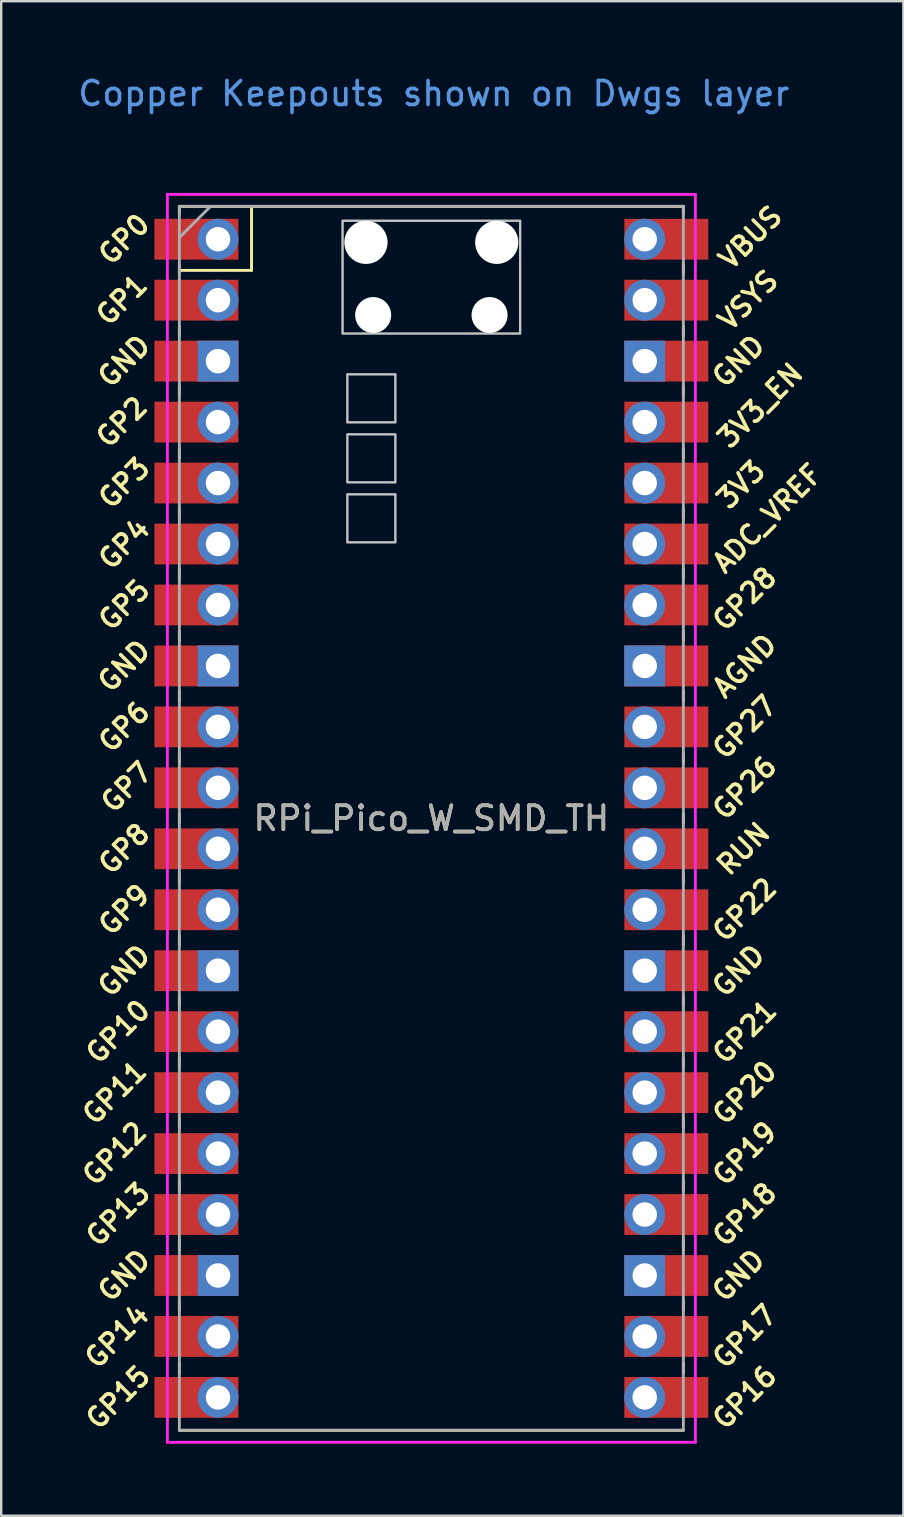
<source format=kicad_pcb>
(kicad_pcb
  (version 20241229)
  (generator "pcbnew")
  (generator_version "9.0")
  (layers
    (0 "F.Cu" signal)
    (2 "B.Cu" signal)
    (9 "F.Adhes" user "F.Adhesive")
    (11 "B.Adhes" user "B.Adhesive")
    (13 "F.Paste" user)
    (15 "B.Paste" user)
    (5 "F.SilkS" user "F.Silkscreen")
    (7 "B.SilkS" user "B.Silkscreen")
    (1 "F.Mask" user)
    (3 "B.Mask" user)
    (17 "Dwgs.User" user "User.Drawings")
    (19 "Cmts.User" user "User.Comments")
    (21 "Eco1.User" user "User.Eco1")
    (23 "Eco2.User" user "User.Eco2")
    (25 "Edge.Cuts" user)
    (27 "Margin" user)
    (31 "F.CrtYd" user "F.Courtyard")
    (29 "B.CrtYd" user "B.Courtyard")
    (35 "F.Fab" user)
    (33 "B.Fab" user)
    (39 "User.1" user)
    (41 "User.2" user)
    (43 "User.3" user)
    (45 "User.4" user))
  (footprint "RPi_Pico_W_SMD_TH"
    (layer "F.Cu")
    (at 14.924 31.048)
    (property "Reference" "RPi_Pico_W_SMD_TH" (at 0 0 0) (layer "F.SilkS") (effects (font (size 1 1) (thickness 0.15))))
    (attr through_hole)
    (fp_line (start -10.5 -25.5) (end -10.5 -25.2) (stroke (width 0.12) (type solid)) (layer "F.SilkS"))
    (fp_line (start -10.5 -25.5) (end 10.5 -25.5) (stroke (width 0.12) (type solid)) (layer "F.SilkS"))
    (fp_line (start -10.5 -23.1) (end -10.5 -22.7) (stroke (width 0.12) (type solid)) (layer "F.SilkS"))
    (fp_line (start -10.5 -22.833) (end -7.493 -22.833) (stroke (width 0.12) (type solid)) (layer "F.SilkS"))
    (fp_line (start -10.5 -20.5) (end -10.5 -20.1) (stroke (width 0.12) (type solid)) (layer "F.SilkS"))
    (fp_line (start -10.5 -18) (end -10.5 -17.6) (stroke (width 0.12) (type solid)) (layer "F.SilkS"))
    (fp_line (start -10.5 -15.4) (end -10.5 -15) (stroke (width 0.12) (type solid)) (layer "F.SilkS"))
    (fp_line (start -10.5 -12.9) (end -10.5 -12.5) (stroke (width 0.12) (type solid)) (layer "F.SilkS"))
    (fp_line (start -10.5 -10.4) (end -10.5 -10) (stroke (width 0.12) (type solid)) (layer "F.SilkS"))
    (fp_line (start -10.5 -7.8) (end -10.5 -7.4) (stroke (width 0.12) (type solid)) (layer "F.SilkS"))
    (fp_line (start -10.5 -5.3) (end -10.5 -4.9) (stroke (width 0.12) (type solid)) (layer "F.SilkS"))
    (fp_line (start -10.5 -2.7) (end -10.5 -2.3) (stroke (width 0.12) (type solid)) (layer "F.SilkS"))
    (fp_line (start -10.5 -0.2) (end -10.5 0.2) (stroke (width 0.12) (type solid)) (layer "F.SilkS"))
    (fp_line (start -10.5 2.3) (end -10.5 2.7) (stroke (width 0.12) (type solid)) (layer "F.SilkS"))
    (fp_line (start -10.5 4.9) (end -10.5 5.3) (stroke (width 0.12) (type solid)) (layer "F.SilkS"))
    (fp_line (start -10.5 7.4) (end -10.5 7.8) (stroke (width 0.12) (type solid)) (layer "F.SilkS"))
    (fp_line (start -10.5 10) (end -10.5 10.4) (stroke (width 0.12) (type solid)) (layer "F.SilkS"))
    (fp_line (start -10.5 12.5) (end -10.5 12.9) (stroke (width 0.12) (type solid)) (layer "F.SilkS"))
    (fp_line (start -10.5 15.1) (end -10.5 15.5) (stroke (width 0.12) (type solid)) (layer "F.SilkS"))
    (fp_line (start -10.5 17.6) (end -10.5 18) (stroke (width 0.12) (type solid)) (layer "F.SilkS"))
    (fp_line (start -10.5 20.1) (end -10.5 20.5) (stroke (width 0.12) (type solid)) (layer "F.SilkS"))
    (fp_line (start -10.5 22.7) (end -10.5 23.1) (stroke (width 0.12) (type solid)) (layer "F.SilkS"))
    (fp_line (start -7.493 -22.833) (end -7.493 -25.5) (stroke (width 0.12) (type solid)) (layer "F.SilkS"))
    (fp_line (start 10.5 -25.5) (end 10.5 -25.2) (stroke (width 0.12) (type solid)) (layer "F.SilkS"))
    (fp_line (start 10.5 -23.1) (end 10.5 -22.7) (stroke (width 0.12) (type solid)) (layer "F.SilkS"))
    (fp_line (start 10.5 -20.5) (end 10.5 -20.1) (stroke (width 0.12) (type solid)) (layer "F.SilkS"))
    (fp_line (start 10.5 -18) (end 10.5 -17.6) (stroke (width 0.12) (type solid)) (layer "F.SilkS"))
    (fp_line (start 10.5 -15.4) (end 10.5 -15) (stroke (width 0.12) (type solid)) (layer "F.SilkS"))
    (fp_line (start 10.5 -12.9) (end 10.5 -12.5) (stroke (width 0.12) (type solid)) (layer "F.SilkS"))
    (fp_line (start 10.5 -10.4) (end 10.5 -10) (stroke (width 0.12) (type solid)) (layer "F.SilkS"))
    (fp_line (start 10.5 -7.8) (end 10.5 -7.4) (stroke (width 0.12) (type solid)) (layer "F.SilkS"))
    (fp_line (start 10.5 -5.3) (end 10.5 -4.9) (stroke (width 0.12) (type solid)) (layer "F.SilkS"))
    (fp_line (start 10.5 -2.7) (end 10.5 -2.3) (stroke (width 0.12) (type solid)) (layer "F.SilkS"))
    (fp_line (start 10.5 -0.2) (end 10.5 0.2) (stroke (width 0.12) (type solid)) (layer "F.SilkS"))
    (fp_line (start 10.5 2.3) (end 10.5 2.7) (stroke (width 0.12) (type solid)) (layer "F.SilkS"))
    (fp_line (start 10.5 4.9) (end 10.5 5.3) (stroke (width 0.12) (type solid)) (layer "F.SilkS"))
    (fp_line (start 10.5 7.4) (end 10.5 7.8) (stroke (width 0.12) (type solid)) (layer "F.SilkS"))
    (fp_line (start 10.5 10) (end 10.5 10.4) (stroke (width 0.12) (type solid)) (layer "F.SilkS"))
    (fp_line (start 10.5 12.5) (end 10.5 12.9) (stroke (width 0.12) (type solid)) (layer "F.SilkS"))
    (fp_line (start 10.5 15.1) (end 10.5 15.5) (stroke (width 0.12) (type solid)) (layer "F.SilkS"))
    (fp_line (start 10.5 17.6) (end 10.5 18) (stroke (width 0.12) (type solid)) (layer "F.SilkS"))
    (fp_line (start 10.5 20.1) (end 10.5 20.5) (stroke (width 0.12) (type solid)) (layer "F.SilkS"))
    (fp_line (start 10.5 22.7) (end 10.5 23.1) (stroke (width 0.12) (type solid)) (layer "F.SilkS"))
    (fp_line (start 10.5 25.5) (end -10.5 25.5) (stroke (width 0.12) (type solid)) (layer "F.SilkS"))
    (fp_poly (pts (xy -1.5 -16.5) (xy -3.5 -16.5) (xy -3.5 -18.5) (xy -1.5 -18.5)) (stroke (width 0.1) (type solid)) (fill no) (layer "Dwgs.User"))
    (fp_poly (pts (xy -1.5 -14) (xy -3.5 -14) (xy -3.5 -16) (xy -1.5 -16)) (stroke (width 0.1) (type solid)) (fill no) (layer "Dwgs.User"))
    (fp_poly (pts (xy -1.5 -11.5) (xy -3.5 -11.5) (xy -3.5 -13.5) (xy -1.5 -13.5)) (stroke (width 0.1) (type solid)) (fill no) (layer "Dwgs.User"))
    (fp_poly (pts (xy 3.7 -20.2) (xy -3.7 -20.2) (xy -3.7 -24.9) (xy 3.7 -24.9)) (stroke (width 0.1) (type solid)) (fill no) (layer "Dwgs.User"))
    (fp_line (start -11 -26) (end 11 -26) (stroke (width 0.12) (type solid)) (layer "F.CrtYd"))
    (fp_line (start -11 26) (end -11 -26) (stroke (width 0.12) (type solid)) (layer "F.CrtYd"))
    (fp_line (start 11 -26) (end 11 26) (stroke (width 0.12) (type solid)) (layer "F.CrtYd"))
    (fp_line (start 11 26) (end -11 26) (stroke (width 0.12) (type solid)) (layer "F.CrtYd"))
    (fp_line (start -10.5 -25.5) (end 10.5 -25.5) (stroke (width 0.12) (type solid)) (layer "F.Fab"))
    (fp_line (start -10.5 -24.2) (end -9.2 -25.5) (stroke (width 0.12) (type solid)) (layer "F.Fab"))
    (fp_line (start -10.5 25.5) (end -10.5 -25.5) (stroke (width 0.12) (type solid)) (layer "F.Fab"))
    (fp_line (start 10.5 -25.5) (end 10.5 25.5) (stroke (width 0.12) (type solid)) (layer "F.Fab"))
    (fp_line (start 10.5 25.5) (end -10.5 25.5) (stroke (width 0.12) (type solid)) (layer "F.Fab"))
    (fp_text user "GND" (at 12.8 6.35 45) (layer "F.SilkS") (effects (font (size 0.8 0.8) (thickness 0.15))))
    (fp_text user "GP0" (at -12.8 -24.13 45) (layer "F.SilkS") (effects (font (size 0.8 0.8) (thickness 0.15))))
    (fp_text user "GP15" (at -13.054 24.13 45) (layer "F.SilkS") (effects (font (size 0.8 0.8) (thickness 0.15))))
    (fp_text user "GP12" (at -13.2 13.97 45) (layer "F.SilkS") (effects (font (size 0.8 0.8) (thickness 0.15))))
    (fp_text user "GND" (at -12.8 -19.05 45) (layer "F.SilkS") (effects (font (size 0.8 0.8) (thickness 0.15))))
    (fp_text user "GP13" (at -13.054 16.51 45) (layer "F.SilkS") (effects (font (size 0.8 0.8) (thickness 0.15))))
    (fp_text user "3V3" (at 12.9 -13.9 45) (layer "F.SilkS") (effects (font (size 0.8 0.8) (thickness 0.15))))
    (fp_text user "GND" (at 12.8 19.05 45) (layer "F.SilkS") (effects (font (size 0.8 0.8) (thickness 0.15))))
    (fp_text user "GND" (at -12.8 -6.35 45) (layer "F.SilkS") (effects (font (size 0.8 0.8) (thickness 0.15))))
    (fp_text user "GP7" (at -12.7 -1.3 45) (layer "F.SilkS") (effects (font (size 0.8 0.8) (thickness 0.15))))
    (fp_text user "GP4" (at -12.8 -11.43 45) (layer "F.SilkS") (effects (font (size 0.8 0.8) (thickness 0.15))))
    (fp_text user "RUN" (at 13 1.27 45) (layer "F.SilkS") (effects (font (size 0.8 0.8) (thickness 0.15))))
    (fp_text user "VSYS" (at 13.2 -21.59 45) (layer "F.SilkS") (effects (font (size 0.8 0.8) (thickness 0.15))))
    (fp_text user "GP18" (at 13.054 16.51 45) (layer "F.SilkS") (effects (font (size 0.8 0.8) (thickness 0.15))))
    (fp_text user "GP28" (at 13.054 -9.144 45) (layer "F.SilkS") (effects (font (size 0.8 0.8) (thickness 0.15))))
    (fp_text user "GP9" (at -12.8 3.81 45) (layer "F.SilkS") (effects (font (size 0.8 0.8) (thickness 0.15))))
    (fp_text user "VBUS" (at 13.3 -24.2 45) (layer "F.SilkS") (effects (font (size 0.8 0.8) (thickness 0.15))))
    (fp_text user "GP2" (at -12.9 -16.51 45) (layer "F.SilkS") (effects (font (size 0.8 0.8) (thickness 0.15))))
    (fp_text user "GP5" (at -12.8 -8.89 45) (layer "F.SilkS") (effects (font (size 0.8 0.8) (thickness 0.15))))
    (fp_text user "GP1" (at -12.9 -21.6 45) (layer "F.SilkS") (effects (font (size 0.8 0.8) (thickness 0.15))))
    (fp_text user "GP11" (at -13.2 11.43 45) (layer "F.SilkS") (effects (font (size 0.8 0.8) (thickness 0.15))))
    (fp_text user "GP14" (at -13.1 21.59 45) (layer "F.SilkS") (effects (font (size 0.8 0.8) (thickness 0.15))))
    (fp_text user "GP21" (at 13.054 8.9 45) (layer "F.SilkS") (effects (font (size 0.8 0.8) (thickness 0.15))))
    (fp_text user "GP16" (at 13.054 24.13 45) (layer "F.SilkS") (effects (font (size 0.8 0.8) (thickness 0.15))))
    (fp_text user "GP10" (at -13.054 8.89 45) (layer "F.SilkS") (effects (font (size 0.8 0.8) (thickness 0.15))))
    (fp_text user "GND" (at -12.8 6.35 45) (layer "F.SilkS") (effects (font (size 0.8 0.8) (thickness 0.15))))
    (fp_text user "AGND" (at 13.054 -6.35 45) (layer "F.SilkS") (effects (font (size 0.8 0.8) (thickness 0.15))))
    (fp_text user "GP8" (at -12.8 1.27 45) (layer "F.SilkS") (effects (font (size 0.8 0.8) (thickness 0.15))))
    (fp_text user "GND" (at 12.8 -19.05 45) (layer "F.SilkS") (effects (font (size 0.8 0.8) (thickness 0.15))))
    (fp_text user "GP17" (at 13.054 21.59 45) (layer "F.SilkS") (effects (font (size 0.8 0.8) (thickness 0.15))))
    (fp_text user "GP20" (at 13.054 11.43 45) (layer "F.SilkS") (effects (font (size 0.8 0.8) (thickness 0.15))))
    (fp_text user "3V3_EN" (at 13.7 -17.2 45) (layer "F.SilkS") (effects (font (size 0.8 0.8) (thickness 0.15))))
    (fp_text user "GP22" (at 13.054 3.81 45) (layer "F.SilkS") (effects (font (size 0.8 0.8) (thickness 0.15))))
    (fp_text user "GND" (at -12.8 19.05 45) (layer "F.SilkS") (effects (font (size 0.8 0.8) (thickness 0.15))))
    (fp_text user "GP3" (at -12.8 -13.97 45) (layer "F.SilkS") (effects (font (size 0.8 0.8) (thickness 0.15))))
    (fp_text user "ADC_VREF" (at 14 -12.5 45) (layer "F.SilkS") (effects (font (size 0.8 0.8) (thickness 0.15))))
    (fp_text user "GP6" (at -12.8 -3.81 45) (layer "F.SilkS") (effects (font (size 0.8 0.8) (thickness 0.15))))
    (fp_text user "GP26" (at 13.054 -1.27 45) (layer "F.SilkS") (effects (font (size 0.8 0.8) (thickness 0.15))))
    (fp_text user "GP27" (at 13.054 -3.8 45) (layer "F.SilkS") (effects (font (size 0.8 0.8) (thickness 0.15))))
    (fp_text user "GP19" (at 13.054 13.97 45) (layer "F.SilkS") (effects (font (size 0.8 0.8) (thickness 0.15))))
    (fp_text user "Copper Keepouts shown on Dwgs layer" (at 0.1 -30.2 0) (layer "Cmts.User") (effects (font (size 1 1) (thickness 0.15))))
    (fp_text user "${REFERENCE}" (at 0 0 180) (layer "F.Fab") (effects (font (size 1 1) (thickness 0.15))))
    (pad "" np_thru_hole oval (at -2.725 -24) (size 1.8 1.8) (drill 1.8) (layers "*.Cu" "*.Mask"))
    (pad "" np_thru_hole oval (at -2.425 -20.97) (size 1.5 1.5) (drill 1.5) (layers "*.Cu" "*.Mask"))
    (pad "" np_thru_hole oval (at 2.425 -20.97) (size 1.5 1.5) (drill 1.5) (layers "*.Cu" "*.Mask"))
    (pad "" np_thru_hole oval (at 2.725 -24) (size 1.8 1.8) (drill 1.8) (layers "*.Cu" "*.Mask"))
    (pad "1" thru_hole oval (at -8.89 -24.13) (size 1.7 1.7) (drill 1.02) (layers "*.Cu" "*.Mask"))
    (pad "1" smd rect (at -8.89 -24.13) (size 3.5 1.7) (drill (offset -0.9 0)) (layers "F.Cu" "F.Mask"))
    (pad "2" thru_hole oval (at -8.89 -21.59) (size 1.7 1.7) (drill 1.02) (layers "*.Cu" "*.Mask"))
    (pad "2" smd rect (at -8.89 -21.59) (size 3.5 1.7) (drill (offset -0.9 0)) (layers "F.Cu" "F.Mask"))
    (pad "3" thru_hole rect (at -8.89 -19.05) (size 1.7 1.7) (drill 1.02) (layers "*.Cu" "*.Mask"))
    (pad "3" smd rect (at -8.89 -19.05) (size 3.5 1.7) (drill (offset -0.9 0)) (layers "F.Cu" "F.Mask"))
    (pad "4" thru_hole oval (at -8.89 -16.51) (size 1.7 1.7) (drill 1.02) (layers "*.Cu" "*.Mask"))
    (pad "4" smd rect (at -8.89 -16.51) (size 3.5 1.7) (drill (offset -0.9 0)) (layers "F.Cu" "F.Mask"))
    (pad "5" thru_hole oval (at -8.89 -13.97) (size 1.7 1.7) (drill 1.02) (layers "*.Cu" "*.Mask"))
    (pad "5" smd rect (at -8.89 -13.97) (size 3.5 1.7) (drill (offset -0.9 0)) (layers "F.Cu" "F.Mask"))
    (pad "6" thru_hole oval (at -8.89 -11.43) (size 1.7 1.7) (drill 1.02) (layers "*.Cu" "*.Mask"))
    (pad "6" smd rect (at -8.89 -11.43) (size 3.5 1.7) (drill (offset -0.9 0)) (layers "F.Cu" "F.Mask"))
    (pad "7" thru_hole oval (at -8.89 -8.89) (size 1.7 1.7) (drill 1.02) (layers "*.Cu" "*.Mask"))
    (pad "7" smd rect (at -8.89 -8.89) (size 3.5 1.7) (drill (offset -0.9 0)) (layers "F.Cu" "F.Mask"))
    (pad "8" thru_hole rect (at -8.89 -6.35) (size 1.7 1.7) (drill 1.02) (layers "*.Cu" "*.Mask"))
    (pad "8" smd rect (at -8.89 -6.35) (size 3.5 1.7) (drill (offset -0.9 0)) (layers "F.Cu" "F.Mask"))
    (pad "9" thru_hole oval (at -8.89 -3.81) (size 1.7 1.7) (drill 1.02) (layers "*.Cu" "*.Mask"))
    (pad "9" smd rect (at -8.89 -3.81) (size 3.5 1.7) (drill (offset -0.9 0)) (layers "F.Cu" "F.Mask"))
    (pad "10" thru_hole oval (at -8.89 -1.27) (size 1.7 1.7) (drill 1.02) (layers "*.Cu" "*.Mask"))
    (pad "10" smd rect (at -8.89 -1.27) (size 3.5 1.7) (drill (offset -0.9 0)) (layers "F.Cu" "F.Mask"))
    (pad "11" thru_hole oval (at -8.89 1.27) (size 1.7 1.7) (drill 1.02) (layers "*.Cu" "*.Mask"))
    (pad "11" smd rect (at -8.89 1.27) (size 3.5 1.7) (drill (offset -0.9 0)) (layers "F.Cu" "F.Mask"))
    (pad "12" thru_hole oval (at -8.89 3.81) (size 1.7 1.7) (drill 1.02) (layers "*.Cu" "*.Mask"))
    (pad "12" smd rect (at -8.89 3.81) (size 3.5 1.7) (drill (offset -0.9 0)) (layers "F.Cu" "F.Mask"))
    (pad "13" thru_hole rect (at -8.89 6.35) (size 1.7 1.7) (drill 1.02) (layers "*.Cu" "*.Mask"))
    (pad "13" smd rect (at -8.89 6.35) (size 3.5 1.7) (drill (offset -0.9 0)) (layers "F.Cu" "F.Mask"))
    (pad "14" thru_hole oval (at -8.89 8.89) (size 1.7 1.7) (drill 1.02) (layers "*.Cu" "*.Mask"))
    (pad "14" smd rect (at -8.89 8.89) (size 3.5 1.7) (drill (offset -0.9 0)) (layers "F.Cu" "F.Mask"))
    (pad "15" thru_hole oval (at -8.89 11.43) (size 1.7 1.7) (drill 1.02) (layers "*.Cu" "*.Mask"))
    (pad "15" smd rect (at -8.89 11.43) (size 3.5 1.7) (drill (offset -0.9 0)) (layers "F.Cu" "F.Mask"))
    (pad "16" thru_hole oval (at -8.89 13.97) (size 1.7 1.7) (drill 1.02) (layers "*.Cu" "*.Mask"))
    (pad "16" smd rect (at -8.89 13.97) (size 3.5 1.7) (drill (offset -0.9 0)) (layers "F.Cu" "F.Mask"))
    (pad "17" thru_hole oval (at -8.89 16.51) (size 1.7 1.7) (drill 1.02) (layers "*.Cu" "*.Mask"))
    (pad "17" smd rect (at -8.89 16.51) (size 3.5 1.7) (drill (offset -0.9 0)) (layers "F.Cu" "F.Mask"))
    (pad "18" thru_hole rect (at -8.89 19.05) (size 1.7 1.7) (drill 1.02) (layers "*.Cu" "*.Mask"))
    (pad "18" smd rect (at -8.89 19.05) (size 3.5 1.7) (drill (offset -0.9 0)) (layers "F.Cu" "F.Mask"))
    (pad "19" thru_hole oval (at -8.89 21.59) (size 1.7 1.7) (drill 1.02) (layers "*.Cu" "*.Mask"))
    (pad "19" smd rect (at -8.89 21.59) (size 3.5 1.7) (drill (offset -0.9 0)) (layers "F.Cu" "F.Mask"))
    (pad "20" thru_hole oval (at -8.89 24.13) (size 1.7 1.7) (drill 1.02) (layers "*.Cu" "*.Mask"))
    (pad "20" smd rect (at -8.89 24.13) (size 3.5 1.7) (drill (offset -0.9 0)) (layers "F.Cu" "F.Mask"))
    (pad "21" thru_hole oval (at 8.89 24.13) (size 1.7 1.7) (drill 1.02) (layers "*.Cu" "*.Mask"))
    (pad "21" smd rect (at 8.89 24.13) (size 3.5 1.7) (drill (offset 0.9 0)) (layers "F.Cu" "F.Mask"))
    (pad "22" thru_hole oval (at 8.89 21.59) (size 1.7 1.7) (drill 1.02) (layers "*.Cu" "*.Mask"))
    (pad "22" smd rect (at 8.89 21.59) (size 3.5 1.7) (drill (offset 0.9 0)) (layers "F.Cu" "F.Mask"))
    (pad "23" thru_hole rect (at 8.89 19.05) (size 1.7 1.7) (drill 1.02) (layers "*.Cu" "*.Mask"))
    (pad "23" smd rect (at 8.89 19.05) (size 3.5 1.7) (drill (offset 0.9 0)) (layers "F.Cu" "F.Mask"))
    (pad "24" thru_hole oval (at 8.89 16.51) (size 1.7 1.7) (drill 1.02) (layers "*.Cu" "*.Mask"))
    (pad "24" smd rect (at 8.89 16.51) (size 3.5 1.7) (drill (offset 0.9 0)) (layers "F.Cu" "F.Mask"))
    (pad "25" thru_hole oval (at 8.89 13.97) (size 1.7 1.7) (drill 1.02) (layers "*.Cu" "*.Mask"))
    (pad "25" smd rect (at 8.89 13.97) (size 3.5 1.7) (drill (offset 0.9 0)) (layers "F.Cu" "F.Mask"))
    (pad "26" thru_hole oval (at 8.89 11.43) (size 1.7 1.7) (drill 1.02) (layers "*.Cu" "*.Mask"))
    (pad "26" smd rect (at 8.89 11.43) (size 3.5 1.7) (drill (offset 0.9 0)) (layers "F.Cu" "F.Mask"))
    (pad "27" thru_hole oval (at 8.89 8.89) (size 1.7 1.7) (drill 1.02) (layers "*.Cu" "*.Mask"))
    (pad "27" smd rect (at 8.89 8.89) (size 3.5 1.7) (drill (offset 0.9 0)) (layers "F.Cu" "F.Mask"))
    (pad "28" thru_hole rect (at 8.89 6.35) (size 1.7 1.7) (drill 1.02) (layers "*.Cu" "*.Mask"))
    (pad "28" smd rect (at 8.89 6.35) (size 3.5 1.7) (drill (offset 0.9 0)) (layers "F.Cu" "F.Mask"))
    (pad "29" thru_hole oval (at 8.89 3.81) (size 1.7 1.7) (drill 1.02) (layers "*.Cu" "*.Mask"))
    (pad "29" smd rect (at 8.89 3.81) (size 3.5 1.7) (drill (offset 0.9 0)) (layers "F.Cu" "F.Mask"))
    (pad "30" thru_hole oval (at 8.89 1.27) (size 1.7 1.7) (drill 1.02) (layers "*.Cu" "*.Mask"))
    (pad "30" smd rect (at 8.89 1.27) (size 3.5 1.7) (drill (offset 0.9 0)) (layers "F.Cu" "F.Mask"))
    (pad "31" thru_hole oval (at 8.89 -1.27) (size 1.7 1.7) (drill 1.02) (layers "*.Cu" "*.Mask"))
    (pad "31" smd rect (at 8.89 -1.27) (size 3.5 1.7) (drill (offset 0.9 0)) (layers "F.Cu" "F.Mask"))
    (pad "32" thru_hole oval (at 8.89 -3.81) (size 1.7 1.7) (drill 1.02) (layers "*.Cu" "*.Mask"))
    (pad "32" smd rect (at 8.89 -3.81) (size 3.5 1.7) (drill (offset 0.9 0)) (layers "F.Cu" "F.Mask"))
    (pad "33" thru_hole rect (at 8.89 -6.35) (size 1.7 1.7) (drill 1.02) (layers "*.Cu" "*.Mask"))
    (pad "33" smd rect (at 8.89 -6.35) (size 3.5 1.7) (drill (offset 0.9 0)) (layers "F.Cu" "F.Mask"))
    (pad "34" thru_hole oval (at 8.89 -8.89) (size 1.7 1.7) (drill 1.02) (layers "*.Cu" "*.Mask"))
    (pad "34" smd rect (at 8.89 -8.89) (size 3.5 1.7) (drill (offset 0.9 0)) (layers "F.Cu" "F.Mask"))
    (pad "35" thru_hole oval (at 8.89 -11.43) (size 1.7 1.7) (drill 1.02) (layers "*.Cu" "*.Mask"))
    (pad "35" smd rect (at 8.89 -11.43) (size 3.5 1.7) (drill (offset 0.9 0)) (layers "F.Cu" "F.Mask"))
    (pad "36" thru_hole oval (at 8.89 -13.97) (size 1.7 1.7) (drill 1.02) (layers "*.Cu" "*.Mask"))
    (pad "36" smd rect (at 8.89 -13.97) (size 3.5 1.7) (drill (offset 0.9 0)) (layers "F.Cu" "F.Mask"))
    (pad "37" thru_hole oval (at 8.89 -16.51) (size 1.7 1.7) (drill 1.02) (layers "*.Cu" "*.Mask"))
    (pad "37" smd rect (at 8.89 -16.51) (size 3.5 1.7) (drill (offset 0.9 0)) (layers "F.Cu" "F.Mask"))
    (pad "38" thru_hole rect (at 8.89 -19.05) (size 1.7 1.7) (drill 1.02) (layers "*.Cu" "*.Mask"))
    (pad "38" smd rect (at 8.89 -19.05) (size 3.5 1.7) (drill (offset 0.9 0)) (layers "F.Cu" "F.Mask"))
    (pad "39" thru_hole oval (at 8.89 -21.59) (size 1.7 1.7) (drill 1.02) (layers "*.Cu" "*.Mask"))
    (pad "39" smd rect (at 8.89 -21.59) (size 3.5 1.7) (drill (offset 0.9 0)) (layers "F.Cu" "F.Mask"))
    (pad "40" thru_hole oval (at 8.89 -24.13) (size 1.7 1.7) (drill 1.02) (layers "*.Cu" "*.Mask"))
    (pad "40" smd rect (at 8.89 -24.13) (size 3.5 1.7) (drill (offset 0.9 0)) (layers "F.Cu" "F.Mask")))
  (gr_rect
    (start -3 -3)
    (end 34.591 60.108)
    (stroke (width 0.1) (type default))
    (fill no)
    (layer "Edge.Cuts")))
</source>
